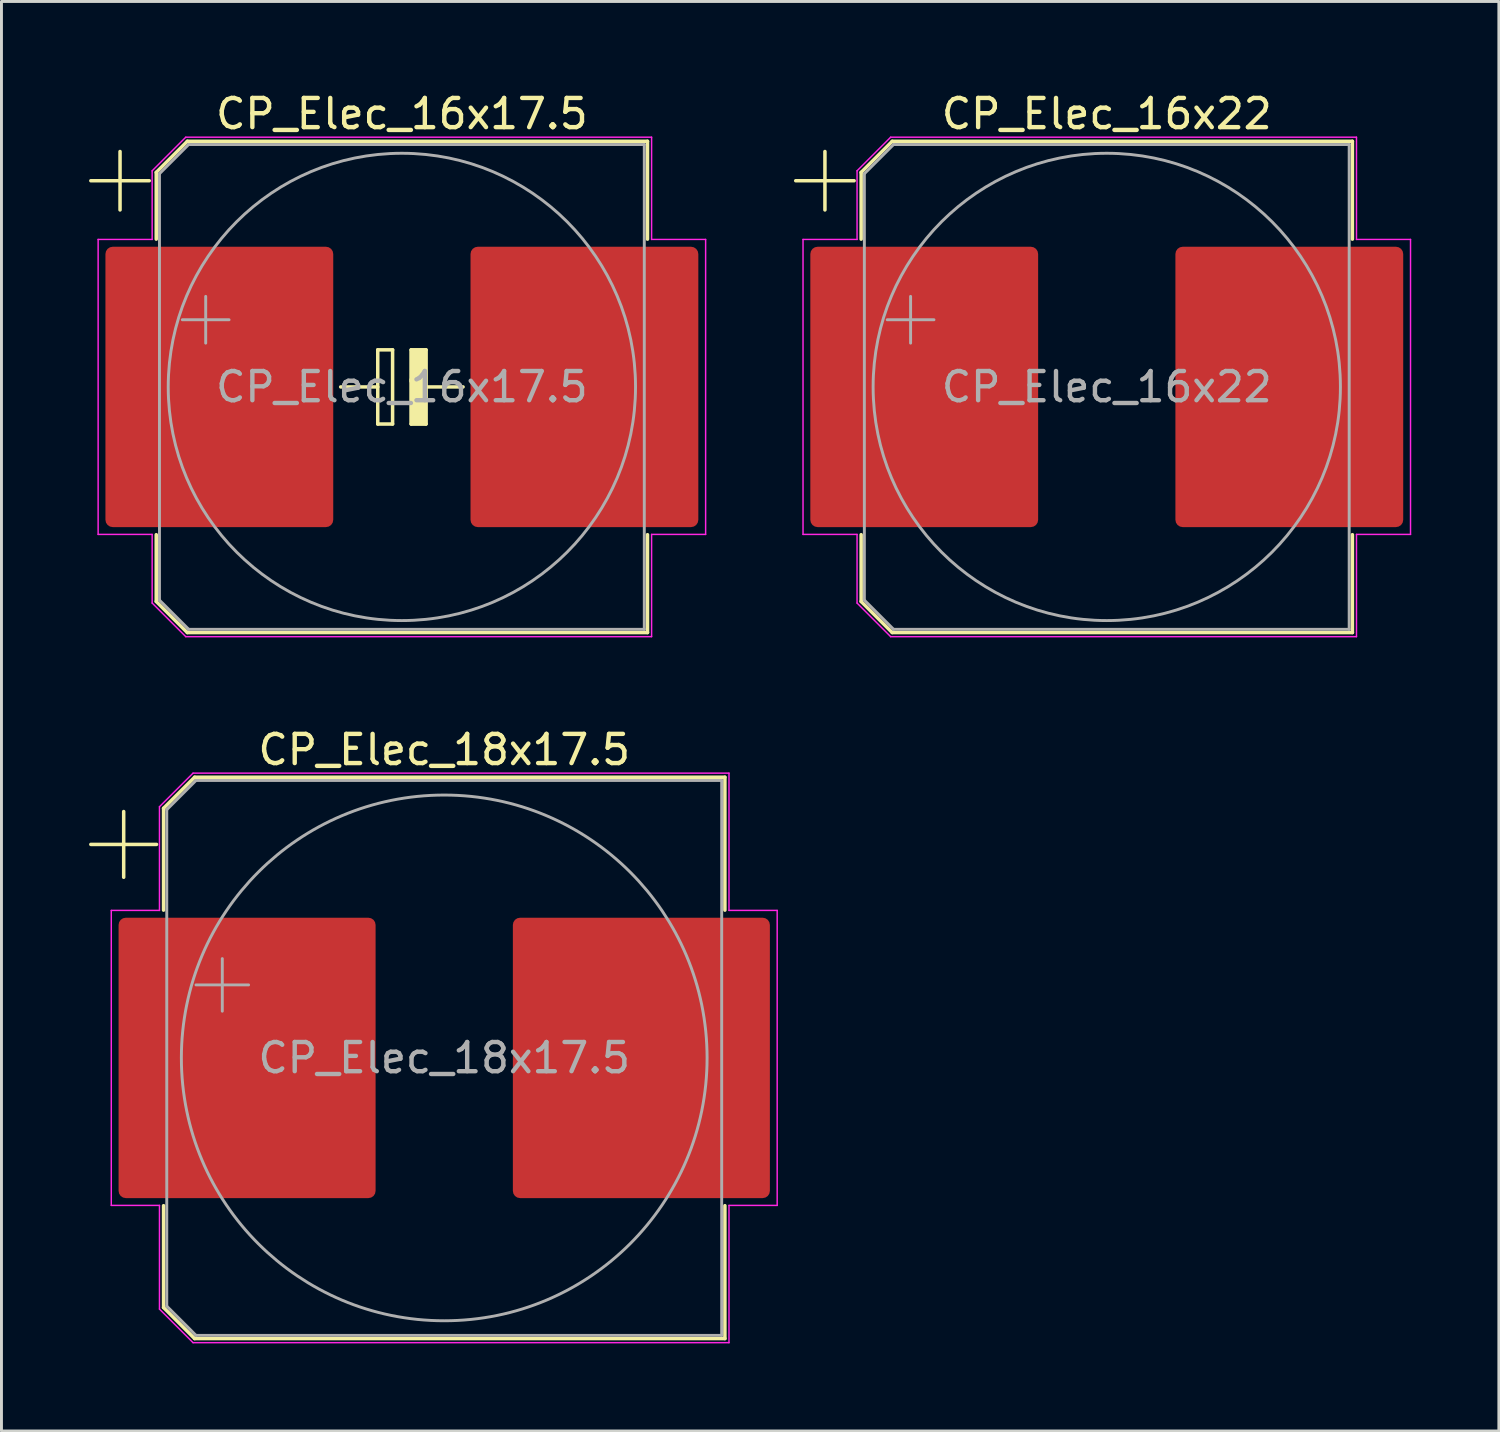
<source format=kicad_pcb>
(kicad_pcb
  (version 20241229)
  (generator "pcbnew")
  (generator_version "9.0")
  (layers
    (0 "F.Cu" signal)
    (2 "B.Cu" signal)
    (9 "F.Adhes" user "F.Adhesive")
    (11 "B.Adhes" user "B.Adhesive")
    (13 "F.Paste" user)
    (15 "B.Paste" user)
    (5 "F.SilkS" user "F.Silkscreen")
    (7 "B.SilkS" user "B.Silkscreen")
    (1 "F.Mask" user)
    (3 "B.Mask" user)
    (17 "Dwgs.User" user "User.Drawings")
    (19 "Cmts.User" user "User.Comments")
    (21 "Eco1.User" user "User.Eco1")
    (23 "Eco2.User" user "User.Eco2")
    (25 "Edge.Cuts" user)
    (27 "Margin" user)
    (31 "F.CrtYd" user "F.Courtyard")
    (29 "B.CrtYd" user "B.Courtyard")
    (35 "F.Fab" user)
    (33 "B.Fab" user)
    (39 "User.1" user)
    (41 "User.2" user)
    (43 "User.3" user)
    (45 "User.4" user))
  (footprint "CP_Elec_16x22"
    (layer "F.Cu")
    (at 34.845 10.198)
    (property "Reference" "CP_Elec_16x22" (at 0 -9.35 0) (layer "F.SilkS") (effects (font (size 1 1) (thickness 0.15))))
    (attr smd)
    (fp_line (start -10.65 -7.06) (end -8.65 -7.06) (stroke (width 0.12) (type solid)) (layer "F.SilkS"))
    (fp_line (start -9.65 -8.06) (end -9.65 -6.06) (stroke (width 0.12) (type solid)) (layer "F.SilkS"))
    (fp_line (start -8.41 -7.346) (end -8.41 -5.06) (stroke (width 0.12) (type solid)) (layer "F.SilkS"))
    (fp_line (start -8.41 -7.346) (end -7.346 -8.41) (stroke (width 0.12) (type solid)) (layer "F.SilkS"))
    (fp_line (start -8.41 7.346) (end -8.41 5.06) (stroke (width 0.12) (type solid)) (layer "F.SilkS"))
    (fp_line (start -8.41 7.346) (end -7.346 8.41) (stroke (width 0.12) (type solid)) (layer "F.SilkS"))
    (fp_line (start -7.346 -8.41) (end 8.41 -8.41) (stroke (width 0.12) (type solid)) (layer "F.SilkS"))
    (fp_line (start -7.346 8.41) (end 8.41 8.41) (stroke (width 0.12) (type solid)) (layer "F.SilkS"))
    (fp_line (start 8.41 -8.41) (end 8.41 -5.06) (stroke (width 0.12) (type solid)) (layer "F.SilkS"))
    (fp_line (start 8.41 8.41) (end 8.41 5.06) (stroke (width 0.12) (type solid)) (layer "F.SilkS"))
    (fp_line (start -10.4 -5.05) (end -10.4 5.05) (stroke (width 0.05) (type solid)) (layer "F.CrtYd"))
    (fp_line (start -10.4 5.05) (end -8.55 5.05) (stroke (width 0.05) (type solid)) (layer "F.CrtYd"))
    (fp_line (start -8.55 -7.4) (end -8.55 -5.05) (stroke (width 0.05) (type solid)) (layer "F.CrtYd"))
    (fp_line (start -8.55 -7.4) (end -7.4 -8.55) (stroke (width 0.05) (type solid)) (layer "F.CrtYd"))
    (fp_line (start -8.55 -5.05) (end -10.4 -5.05) (stroke (width 0.05) (type solid)) (layer "F.CrtYd"))
    (fp_line (start -8.55 5.05) (end -8.55 7.4) (stroke (width 0.05) (type solid)) (layer "F.CrtYd"))
    (fp_line (start -8.55 7.4) (end -7.4 8.55) (stroke (width 0.05) (type solid)) (layer "F.CrtYd"))
    (fp_line (start -7.4 -8.55) (end 8.55 -8.55) (stroke (width 0.05) (type solid)) (layer "F.CrtYd"))
    (fp_line (start -7.4 8.55) (end 8.55 8.55) (stroke (width 0.05) (type solid)) (layer "F.CrtYd"))
    (fp_line (start 8.55 -8.55) (end 8.55 -5.05) (stroke (width 0.05) (type solid)) (layer "F.CrtYd"))
    (fp_line (start 8.55 -5.05) (end 10.4 -5.05) (stroke (width 0.05) (type solid)) (layer "F.CrtYd"))
    (fp_line (start 8.55 5.05) (end 8.55 8.55) (stroke (width 0.05) (type solid)) (layer "F.CrtYd"))
    (fp_line (start 10.4 -5.05) (end 10.4 5.05) (stroke (width 0.05) (type solid)) (layer "F.CrtYd"))
    (fp_line (start 10.4 5.05) (end 8.55 5.05) (stroke (width 0.05) (type solid)) (layer "F.CrtYd"))
    (fp_line (start -8.3 -7.3) (end -8.3 7.3) (stroke (width 0.1) (type solid)) (layer "F.Fab"))
    (fp_line (start -8.3 -7.3) (end -7.3 -8.3) (stroke (width 0.1) (type solid)) (layer "F.Fab"))
    (fp_line (start -8.3 7.3) (end -7.3 8.3) (stroke (width 0.1) (type solid)) (layer "F.Fab"))
    (fp_line (start -7.517 -2.3) (end -5.917 -2.3) (stroke (width 0.1) (type solid)) (layer "F.Fab"))
    (fp_line (start -7.3 -8.3) (end 8.3 -8.3) (stroke (width 0.1) (type solid)) (layer "F.Fab"))
    (fp_line (start -7.3 8.3) (end 8.3 8.3) (stroke (width 0.1) (type solid)) (layer "F.Fab"))
    (fp_line (start -6.717 -3.1) (end -6.717 -1.5) (stroke (width 0.1) (type solid)) (layer "F.Fab"))
    (fp_line (start 8.3 -8.3) (end 8.3 8.3) (stroke (width 0.1) (type solid)) (layer "F.Fab"))
    (fp_circle (center 0 0) (end 8 0) (stroke (width 0.1) (type solid)) (fill no) (layer "F.Fab"))
    (fp_text user "${REFERENCE}" (at 0 0 0) (layer "F.Fab") (effects (font (size 1 1) (thickness 0.15))))
    (pad "1" smd roundrect (at -6.25 0) (size 7.8 9.6) (layers "F.Cu" "F.Mask" "F.Paste") (roundrect_rratio 0.032))
    (pad "2" smd roundrect (at 6.25 0) (size 7.8 9.6) (layers "F.Cu" "F.Mask" "F.Paste") (roundrect_rratio 0.032)))
  (footprint "CP_Elec_18x17.5"
    (layer "F.Cu")
    (at 12.16 33.172)
    (property "Reference" "CP_Elec_18x17.5" (at 0 -10.55 0) (layer "F.SilkS") (effects (font (size 1 1) (thickness 0.15))))
    (attr smd)
    (fp_line (start -12.1 -7.31) (end -9.85 -7.31) (stroke (width 0.12) (type solid)) (layer "F.SilkS"))
    (fp_line (start -10.975 -8.435) (end -10.975 -6.185) (stroke (width 0.12) (type solid)) (layer "F.SilkS"))
    (fp_line (start -9.61 -8.546) (end -9.61 -5.06) (stroke (width 0.12) (type solid)) (layer "F.SilkS"))
    (fp_line (start -9.61 -8.546) (end -8.546 -9.61) (stroke (width 0.12) (type solid)) (layer "F.SilkS"))
    (fp_line (start -9.61 8.546) (end -9.61 5.06) (stroke (width 0.12) (type solid)) (layer "F.SilkS"))
    (fp_line (start -9.61 8.546) (end -8.546 9.61) (stroke (width 0.12) (type solid)) (layer "F.SilkS"))
    (fp_line (start -8.546 -9.61) (end 9.61 -9.61) (stroke (width 0.12) (type solid)) (layer "F.SilkS"))
    (fp_line (start -8.546 9.61) (end 9.61 9.61) (stroke (width 0.12) (type solid)) (layer "F.SilkS"))
    (fp_line (start 9.61 -9.61) (end 9.61 -5.06) (stroke (width 0.12) (type solid)) (layer "F.SilkS"))
    (fp_line (start 9.61 9.61) (end 9.61 5.06) (stroke (width 0.12) (type solid)) (layer "F.SilkS"))
    (fp_line (start -11.4 -5.05) (end -11.4 5.05) (stroke (width 0.05) (type solid)) (layer "F.CrtYd"))
    (fp_line (start -11.4 5.05) (end -9.75 5.05) (stroke (width 0.05) (type solid)) (layer "F.CrtYd"))
    (fp_line (start -9.75 -8.6) (end -9.75 -5.05) (stroke (width 0.05) (type solid)) (layer "F.CrtYd"))
    (fp_line (start -9.75 -8.6) (end -8.6 -9.75) (stroke (width 0.05) (type solid)) (layer "F.CrtYd"))
    (fp_line (start -9.75 -5.05) (end -11.4 -5.05) (stroke (width 0.05) (type solid)) (layer "F.CrtYd"))
    (fp_line (start -9.75 5.05) (end -9.75 8.6) (stroke (width 0.05) (type solid)) (layer "F.CrtYd"))
    (fp_line (start -9.75 8.6) (end -8.6 9.75) (stroke (width 0.05) (type solid)) (layer "F.CrtYd"))
    (fp_line (start -8.6 -9.75) (end 9.75 -9.75) (stroke (width 0.05) (type solid)) (layer "F.CrtYd"))
    (fp_line (start -8.6 9.75) (end 9.75 9.75) (stroke (width 0.05) (type solid)) (layer "F.CrtYd"))
    (fp_line (start 9.75 -9.75) (end 9.75 -5.05) (stroke (width 0.05) (type solid)) (layer "F.CrtYd"))
    (fp_line (start 9.75 -5.05) (end 11.4 -5.05) (stroke (width 0.05) (type solid)) (layer "F.CrtYd"))
    (fp_line (start 9.75 5.05) (end 9.75 9.75) (stroke (width 0.05) (type solid)) (layer "F.CrtYd"))
    (fp_line (start 11.4 -5.05) (end 11.4 5.05) (stroke (width 0.05) (type solid)) (layer "F.CrtYd"))
    (fp_line (start 11.4 5.05) (end 9.75 5.05) (stroke (width 0.05) (type solid)) (layer "F.CrtYd"))
    (fp_line (start -9.5 -8.5) (end -9.5 8.5) (stroke (width 0.1) (type solid)) (layer "F.Fab"))
    (fp_line (start -9.5 -8.5) (end -8.5 -9.5) (stroke (width 0.1) (type solid)) (layer "F.Fab"))
    (fp_line (start -9.5 8.5) (end -8.5 9.5) (stroke (width 0.1) (type solid)) (layer "F.Fab"))
    (fp_line (start -8.5 -9.5) (end 9.5 -9.5) (stroke (width 0.1) (type solid)) (layer "F.Fab"))
    (fp_line (start -8.5 9.5) (end 9.5 9.5) (stroke (width 0.1) (type solid)) (layer "F.Fab"))
    (fp_line (start -8.499 -2.5) (end -6.699 -2.5) (stroke (width 0.1) (type solid)) (layer "F.Fab"))
    (fp_line (start -7.599 -3.4) (end -7.599 -1.6) (stroke (width 0.1) (type solid)) (layer "F.Fab"))
    (fp_line (start 9.5 -9.5) (end 9.5 9.5) (stroke (width 0.1) (type solid)) (layer "F.Fab"))
    (fp_circle (center 0 0) (end 9 0) (stroke (width 0.1) (type solid)) (fill no) (layer "F.Fab"))
    (fp_text user "${REFERENCE}" (at 0 0 0) (layer "F.Fab") (effects (font (size 1 1) (thickness 0.15))))
    (pad "1" smd roundrect (at -6.75 0) (size 8.8 9.6) (layers "F.Cu" "F.Mask" "F.Paste") (roundrect_rratio 0.028))
    (pad "2" smd roundrect (at 6.75 0) (size 8.8 9.6) (layers "F.Cu" "F.Mask" "F.Paste") (roundrect_rratio 0.028)))
  (footprint "CP_Elec_16x17.5"
    (layer "F.Cu")
    (at 10.71 10.198)
    (property "Reference" "CP_Elec_16x17.5" (at 0 -9.35 0) (layer "F.SilkS") (effects (font (size 1 1) (thickness 0.15))))
    (attr smd)
    (fp_line (start -10.65 -7.06) (end -8.65 -7.06) (stroke (width 0.12) (type solid)) (layer "F.SilkS"))
    (fp_line (start -9.65 -8.06) (end -9.65 -6.06) (stroke (width 0.12) (type solid)) (layer "F.SilkS"))
    (fp_line (start -8.41 -7.346) (end -8.41 -5.06) (stroke (width 0.12) (type solid)) (layer "F.SilkS"))
    (fp_line (start -8.41 -7.346) (end -7.346 -8.41) (stroke (width 0.12) (type solid)) (layer "F.SilkS"))
    (fp_line (start -8.41 7.346) (end -8.41 5.06) (stroke (width 0.12) (type solid)) (layer "F.SilkS"))
    (fp_line (start -8.41 7.346) (end -7.346 8.41) (stroke (width 0.12) (type solid)) (layer "F.SilkS"))
    (fp_line (start -7.346 -8.41) (end 8.41 -8.41) (stroke (width 0.12) (type solid)) (layer "F.SilkS"))
    (fp_line (start -7.346 8.41) (end 8.41 8.41) (stroke (width 0.12) (type solid)) (layer "F.SilkS"))
    (fp_line (start -2.095 0) (end -0.826 0) (stroke (width 0.12) (type solid)) (layer "F.SilkS"))
    (fp_line (start -0.826 1.27) (end -0.826 -1.27) (stroke (width 0.12) (type solid)) (layer "F.SilkS"))
    (fp_line (start -0.318 -1.27) (end -0.826 -1.27) (stroke (width 0.12) (type solid)) (layer "F.SilkS"))
    (fp_line (start -0.318 -1.27) (end -0.318 1.27) (stroke (width 0.12) (type solid)) (layer "F.SilkS"))
    (fp_line (start -0.318 1.27) (end -0.826 1.27) (stroke (width 0.12) (type solid)) (layer "F.SilkS"))
    (fp_line (start 0.318 -1.27) (end 0.318 -0.191) (stroke (width 0.12) (type solid)) (layer "F.SilkS"))
    (fp_line (start 0.318 -0.254) (end 0.318 1.27) (stroke (width 0.12) (type solid)) (layer "F.SilkS"))
    (fp_line (start 0.318 1.27) (end 0.826 1.27) (stroke (width 0.12) (type solid)) (layer "F.SilkS"))
    (fp_line (start 0.826 -1.27) (end 0.318 -1.27) (stroke (width 0.12) (type solid)) (layer "F.SilkS"))
    (fp_line (start 0.826 0) (end 2.095 0) (stroke (width 0.12) (type solid)) (layer "F.SilkS"))
    (fp_line (start 0.826 1.27) (end 0.826 -1.27) (stroke (width 0.12) (type solid)) (layer "F.SilkS"))
    (fp_line (start 8.41 -8.41) (end 8.41 -5.06) (stroke (width 0.12) (type solid)) (layer "F.SilkS"))
    (fp_line (start 8.41 8.41) (end 8.41 5.06) (stroke (width 0.12) (type solid)) (layer "F.SilkS"))
    (fp_poly (pts (xy 0.826 1.27) (xy 0.318 1.27) (xy 0.318 -1.27) (xy 0.826 -1.27)) (stroke (width 0.1) (type solid)) (fill yes) (layer "F.SilkS"))
    (fp_line (start -10.4 -5.05) (end -10.4 5.05) (stroke (width 0.05) (type solid)) (layer "F.CrtYd"))
    (fp_line (start -10.4 5.05) (end -8.55 5.05) (stroke (width 0.05) (type solid)) (layer "F.CrtYd"))
    (fp_line (start -8.55 -7.4) (end -8.55 -5.05) (stroke (width 0.05) (type solid)) (layer "F.CrtYd"))
    (fp_line (start -8.55 -7.4) (end -7.4 -8.55) (stroke (width 0.05) (type solid)) (layer "F.CrtYd"))
    (fp_line (start -8.55 -5.05) (end -10.4 -5.05) (stroke (width 0.05) (type solid)) (layer "F.CrtYd"))
    (fp_line (start -8.55 5.05) (end -8.55 7.4) (stroke (width 0.05) (type solid)) (layer "F.CrtYd"))
    (fp_line (start -8.55 7.4) (end -7.4 8.55) (stroke (width 0.05) (type solid)) (layer "F.CrtYd"))
    (fp_line (start -7.4 -8.55) (end 8.55 -8.55) (stroke (width 0.05) (type solid)) (layer "F.CrtYd"))
    (fp_line (start -7.4 8.55) (end 8.55 8.55) (stroke (width 0.05) (type solid)) (layer "F.CrtYd"))
    (fp_line (start 8.55 -8.55) (end 8.55 -5.05) (stroke (width 0.05) (type solid)) (layer "F.CrtYd"))
    (fp_line (start 8.55 -5.05) (end 10.4 -5.05) (stroke (width 0.05) (type solid)) (layer "F.CrtYd"))
    (fp_line (start 8.55 5.05) (end 8.55 8.55) (stroke (width 0.05) (type solid)) (layer "F.CrtYd"))
    (fp_line (start 10.4 -5.05) (end 10.4 5.05) (stroke (width 0.05) (type solid)) (layer "F.CrtYd"))
    (fp_line (start 10.4 5.05) (end 8.55 5.05) (stroke (width 0.05) (type solid)) (layer "F.CrtYd"))
    (fp_line (start -8.3 -7.3) (end -8.3 7.3) (stroke (width 0.1) (type solid)) (layer "F.Fab"))
    (fp_line (start -8.3 -7.3) (end -7.3 -8.3) (stroke (width 0.1) (type solid)) (layer "F.Fab"))
    (fp_line (start -8.3 7.3) (end -7.3 8.3) (stroke (width 0.1) (type solid)) (layer "F.Fab"))
    (fp_line (start -7.517 -2.3) (end -5.917 -2.3) (stroke (width 0.1) (type solid)) (layer "F.Fab"))
    (fp_line (start -7.3 -8.3) (end 8.3 -8.3) (stroke (width 0.1) (type solid)) (layer "F.Fab"))
    (fp_line (start -7.3 8.3) (end 8.3 8.3) (stroke (width 0.1) (type solid)) (layer "F.Fab"))
    (fp_line (start -6.717 -3.1) (end -6.717 -1.5) (stroke (width 0.1) (type solid)) (layer "F.Fab"))
    (fp_line (start 8.3 -8.3) (end 8.3 8.3) (stroke (width 0.1) (type solid)) (layer "F.Fab"))
    (fp_circle (center 0 0) (end 8 0) (stroke (width 0.1) (type solid)) (fill no) (layer "F.Fab"))
    (fp_text user "${REFERENCE}" (at 0 0 0) (layer "F.Fab") (effects (font (size 1 1) (thickness 0.15))))
    (pad "1" smd roundrect (at -6.25 0) (size 7.8 9.6) (layers "F.Cu" "F.Mask" "F.Paste") (roundrect_rratio 0.032))
    (pad "2" smd roundrect (at 6.25 0) (size 7.8 9.6) (layers "F.Cu" "F.Mask" "F.Paste") (roundrect_rratio 0.032)))
  (gr_rect
    (start -3 -3)
    (end 48.27 45.947)
    (stroke (width 0.1) (type default))
    (fill no)
    (layer "Edge.Cuts")))
</source>
